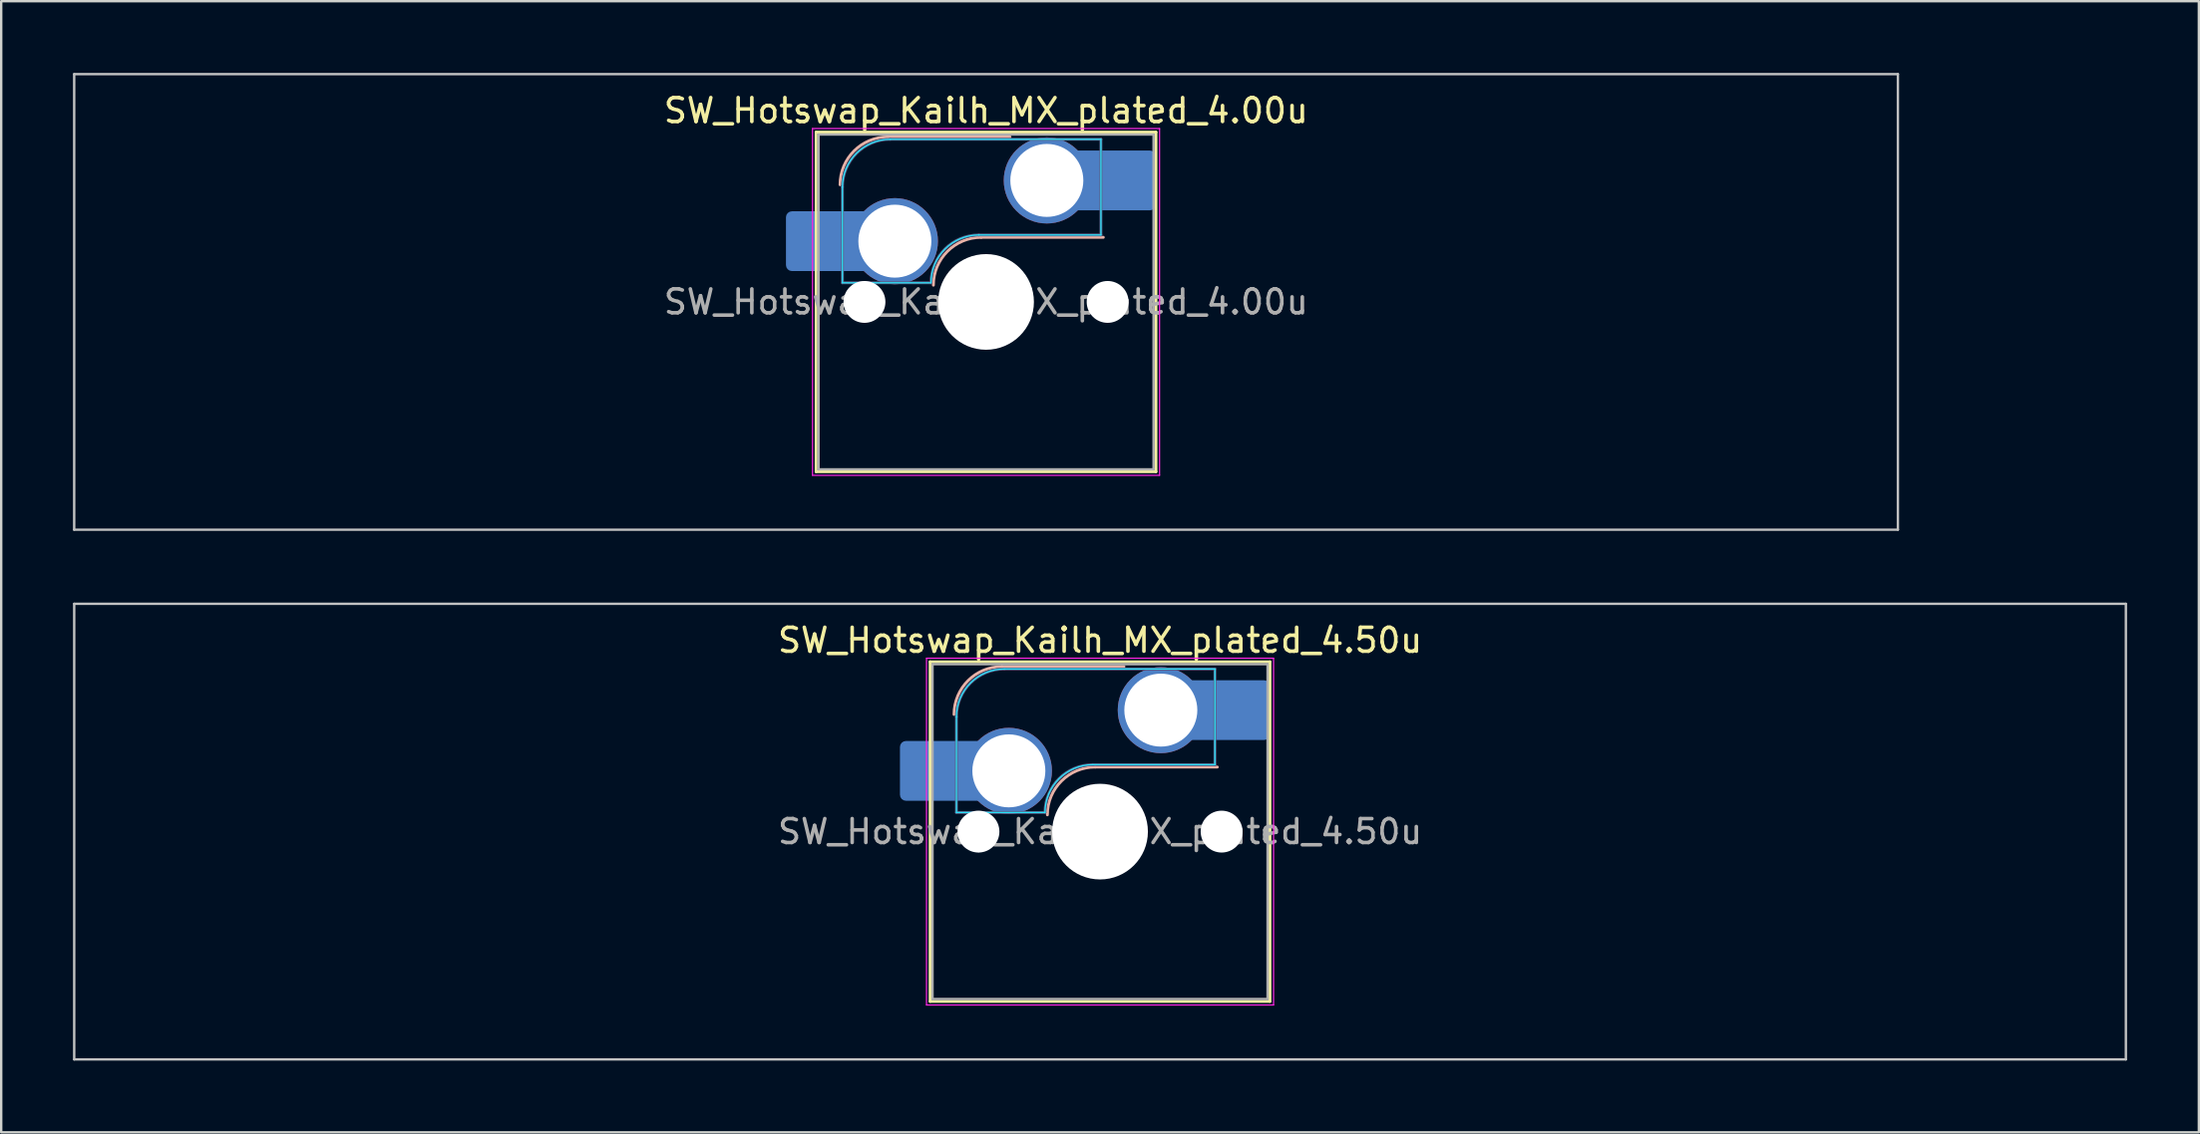
<source format=kicad_pcb>
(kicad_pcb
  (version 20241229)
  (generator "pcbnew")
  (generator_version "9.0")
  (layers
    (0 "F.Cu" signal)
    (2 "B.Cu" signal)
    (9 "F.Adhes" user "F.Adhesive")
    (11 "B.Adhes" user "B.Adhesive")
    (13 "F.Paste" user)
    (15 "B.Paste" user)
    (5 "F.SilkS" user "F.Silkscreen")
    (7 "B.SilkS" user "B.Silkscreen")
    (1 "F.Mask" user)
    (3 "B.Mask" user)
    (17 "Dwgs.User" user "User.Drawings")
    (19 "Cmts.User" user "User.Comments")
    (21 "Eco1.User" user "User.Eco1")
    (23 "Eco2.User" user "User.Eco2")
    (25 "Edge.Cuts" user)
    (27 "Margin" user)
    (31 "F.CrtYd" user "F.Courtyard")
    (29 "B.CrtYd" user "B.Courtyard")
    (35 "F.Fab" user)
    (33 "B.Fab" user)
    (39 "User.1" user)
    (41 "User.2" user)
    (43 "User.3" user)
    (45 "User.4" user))
  (footprint "SW_Hotswap_Kailh_MX_plated_4.50u"
    (layer "F.Cu")
    (at 42.913 31.725)
    (property "Reference" "SW_Hotswap_Kailh_MX_plated_4.50u" (at 0 -8 0) (layer "F.SilkS") (effects (font (size 1 1) (thickness 0.15))))
    (attr smd)
    (fp_line (start -7.1 -7.1) (end -7.1 7.1) (stroke (width 0.12) (type solid)) (layer "F.SilkS"))
    (fp_line (start -7.1 7.1) (end 7.1 7.1) (stroke (width 0.12) (type solid)) (layer "F.SilkS"))
    (fp_line (start 7.1 -7.1) (end -7.1 -7.1) (stroke (width 0.12) (type solid)) (layer "F.SilkS"))
    (fp_line (start 7.1 7.1) (end 7.1 -7.1) (stroke (width 0.12) (type solid)) (layer "F.SilkS"))
    (fp_line (start -4.1 -6.9) (end 1 -6.9) (stroke (width 0.12) (type solid)) (layer "B.SilkS"))
    (fp_line (start -0.2 -2.7) (end 4.9 -2.7) (stroke (width 0.12) (type solid)) (layer "B.SilkS"))
    (fp_arc (start -6.1 -4.9) (mid -5.514214 -6.314214) (end -4.1 -6.9) (stroke (width 0.12) (type solid)) (layer "B.SilkS"))
    (fp_arc (start -2.2 -0.7) (mid -1.614214 -2.114214) (end -0.2 -2.7) (stroke (width 0.12) (type solid)) (layer "B.SilkS"))
    (fp_line (start -42.862 -9.525) (end -42.862 9.525) (stroke (width 0.1) (type solid)) (layer "Dwgs.User"))
    (fp_line (start -42.862 9.525) (end 42.862 9.525) (stroke (width 0.1) (type solid)) (layer "Dwgs.User"))
    (fp_line (start 42.862 -9.525) (end -42.862 -9.525) (stroke (width 0.1) (type solid)) (layer "Dwgs.User"))
    (fp_line (start 42.862 9.525) (end 42.862 -9.525) (stroke (width 0.1) (type solid)) (layer "Dwgs.User"))
    (fp_line (start -7.8 -6) (end -7 -6) (stroke (width 0.1) (type solid)) (layer "Eco1.User"))
    (fp_line (start -7.8 -2.9) (end -7.8 -6) (stroke (width 0.1) (type solid)) (layer "Eco1.User"))
    (fp_line (start -7.8 2.9) (end -7 2.9) (stroke (width 0.1) (type solid)) (layer "Eco1.User"))
    (fp_line (start -7.8 6) (end -7.8 2.9) (stroke (width 0.1) (type solid)) (layer "Eco1.User"))
    (fp_line (start -7 -7) (end 7 -7) (stroke (width 0.1) (type solid)) (layer "Eco1.User"))
    (fp_line (start -7 -6) (end -7 -7) (stroke (width 0.1) (type solid)) (layer "Eco1.User"))
    (fp_line (start -7 -2.9) (end -7.8 -2.9) (stroke (width 0.1) (type solid)) (layer "Eco1.User"))
    (fp_line (start -7 2.9) (end -7 -2.9) (stroke (width 0.1) (type solid)) (layer "Eco1.User"))
    (fp_line (start -7 6) (end -7.8 6) (stroke (width 0.1) (type solid)) (layer "Eco1.User"))
    (fp_line (start -7 7) (end -7 6) (stroke (width 0.1) (type solid)) (layer "Eco1.User"))
    (fp_line (start 7 -7) (end 7 -6) (stroke (width 0.1) (type solid)) (layer "Eco1.User"))
    (fp_line (start 7 -6) (end 7.8 -6) (stroke (width 0.1) (type solid)) (layer "Eco1.User"))
    (fp_line (start 7 -2.9) (end 7 2.9) (stroke (width 0.1) (type solid)) (layer "Eco1.User"))
    (fp_line (start 7 2.9) (end 7.8 2.9) (stroke (width 0.1) (type solid)) (layer "Eco1.User"))
    (fp_line (start 7 6) (end 7 7) (stroke (width 0.1) (type solid)) (layer "Eco1.User"))
    (fp_line (start 7 7) (end -7 7) (stroke (width 0.1) (type solid)) (layer "Eco1.User"))
    (fp_line (start 7.8 -6) (end 7.8 -2.9) (stroke (width 0.1) (type solid)) (layer "Eco1.User"))
    (fp_line (start 7.8 -2.9) (end 7 -2.9) (stroke (width 0.1) (type solid)) (layer "Eco1.User"))
    (fp_line (start 7.8 2.9) (end 7.8 6) (stroke (width 0.1) (type solid)) (layer "Eco1.User"))
    (fp_line (start 7.8 6) (end 7 6) (stroke (width 0.1) (type solid)) (layer "Eco1.User"))
    (fp_line (start -6 -0.8) (end -6 -4.8) (stroke (width 0.05) (type solid)) (layer "B.CrtYd"))
    (fp_line (start -6 -0.8) (end -2.3 -0.8) (stroke (width 0.05) (type solid)) (layer "B.CrtYd"))
    (fp_line (start -4 -6.8) (end 4.8 -6.8) (stroke (width 0.05) (type solid)) (layer "B.CrtYd"))
    (fp_line (start -0.3 -2.8) (end 4.8 -2.8) (stroke (width 0.05) (type solid)) (layer "B.CrtYd"))
    (fp_line (start 4.8 -6.8) (end 4.8 -2.8) (stroke (width 0.05) (type solid)) (layer "B.CrtYd"))
    (fp_arc (start -6 -4.8) (mid -5.414214 -6.214214) (end -4 -6.8) (stroke (width 0.05) (type solid)) (layer "B.CrtYd"))
    (fp_arc (start -2.3 -0.8) (mid -1.714214 -2.214214) (end -0.3 -2.8) (stroke (width 0.05) (type solid)) (layer "B.CrtYd"))
    (fp_line (start -7.25 -7.25) (end -7.25 7.25) (stroke (width 0.05) (type solid)) (layer "F.CrtYd"))
    (fp_line (start -7.25 7.25) (end 7.25 7.25) (stroke (width 0.05) (type solid)) (layer "F.CrtYd"))
    (fp_line (start 7.25 -7.25) (end -7.25 -7.25) (stroke (width 0.05) (type solid)) (layer "F.CrtYd"))
    (fp_line (start 7.25 7.25) (end 7.25 -7.25) (stroke (width 0.05) (type solid)) (layer "F.CrtYd"))
    (fp_line (start -6 -0.8) (end -6 -4.8) (stroke (width 0.12) (type solid)) (layer "B.Fab"))
    (fp_line (start -6 -0.8) (end -2.3 -0.8) (stroke (width 0.12) (type solid)) (layer "B.Fab"))
    (fp_line (start -4 -6.8) (end 4.8 -6.8) (stroke (width 0.12) (type solid)) (layer "B.Fab"))
    (fp_line (start -0.3 -2.8) (end 4.8 -2.8) (stroke (width 0.12) (type solid)) (layer "B.Fab"))
    (fp_line (start 4.8 -6.8) (end 4.8 -2.8) (stroke (width 0.12) (type solid)) (layer "B.Fab"))
    (fp_arc (start -6 -4.8) (mid -5.414214 -6.214214) (end -4 -6.8) (stroke (width 0.12) (type solid)) (layer "B.Fab"))
    (fp_arc (start -2.3 -0.8) (mid -1.714214 -2.214214) (end -0.3 -2.8) (stroke (width 0.12) (type solid)) (layer "B.Fab"))
    (fp_line (start -7 -7) (end -7 7) (stroke (width 0.1) (type solid)) (layer "F.Fab"))
    (fp_line (start -7 7) (end 7 7) (stroke (width 0.1) (type solid)) (layer "F.Fab"))
    (fp_line (start 7 -7) (end -7 -7) (stroke (width 0.1) (type solid)) (layer "F.Fab"))
    (fp_line (start 7 7) (end 7 -7) (stroke (width 0.1) (type solid)) (layer "F.Fab"))
    (fp_text user "${REFERENCE}" (at 0 0 0) (layer "F.Fab") (effects (font (size 1 1) (thickness 0.15))))
    (pad "" smd roundrect (at -7.085 -2.54) (size 2.55 2.5) (layers "B.Mask" "B.Paste") (roundrect_rratio 0.1))
    (pad "" np_thru_hole circle (at -5.08 0) (size 1.75 1.75) (drill 1.75) (layers "*.Cu" "*.Mask"))
    (pad "" smd circle (at -3.81 -2.54) (size 3.1 3.1) (layers "F.Mask"))
    (pad "" np_thru_hole circle (at 0 0) (size 4 4) (drill 4) (layers "*.Cu" "*.Mask"))
    (pad "" smd circle (at 2.54 -5.08) (size 3.1 3.1) (layers "F.Mask"))
    (pad "" np_thru_hole circle (at 5.08 0) (size 1.75 1.75) (drill 1.75) (layers "*.Cu" "*.Mask"))
    (pad "" smd roundrect (at 5.842 -5.08) (size 2.55 2.5) (layers "B.Mask" "B.Paste") (roundrect_rratio 0.1))
    (pad "1" smd roundrect (at -6.585 -2.54) (size 3.55 2.5) (layers "B.Cu") (roundrect_rratio 0.1))
    (pad "1" thru_hole circle (at -3.81 -2.54) (size 3.6 3.6) (drill 3.05) (layers "*.Cu" "B.Mask"))
    (pad "2" thru_hole circle (at 2.54 -5.08) (size 3.6 3.6) (drill 3.05) (layers "*.Cu" "B.Mask"))
    (pad "2" smd roundrect (at 5.32 -5.08) (size 3.55 2.5) (layers "B.Cu") (roundrect_rratio 0.1)))
  (footprint "SW_Hotswap_Kailh_MX_plated_4.00u"
    (layer "F.Cu")
    (at 38.15 9.575)
    (property "Reference" "SW_Hotswap_Kailh_MX_plated_4.00u" (at 0 -8 0) (layer "F.SilkS") (effects (font (size 1 1) (thickness 0.15))))
    (attr smd)
    (fp_line (start -7.1 -7.1) (end -7.1 7.1) (stroke (width 0.12) (type solid)) (layer "F.SilkS"))
    (fp_line (start -7.1 7.1) (end 7.1 7.1) (stroke (width 0.12) (type solid)) (layer "F.SilkS"))
    (fp_line (start 7.1 -7.1) (end -7.1 -7.1) (stroke (width 0.12) (type solid)) (layer "F.SilkS"))
    (fp_line (start 7.1 7.1) (end 7.1 -7.1) (stroke (width 0.12) (type solid)) (layer "F.SilkS"))
    (fp_line (start -4.1 -6.9) (end 1 -6.9) (stroke (width 0.12) (type solid)) (layer "B.SilkS"))
    (fp_line (start -0.2 -2.7) (end 4.9 -2.7) (stroke (width 0.12) (type solid)) (layer "B.SilkS"))
    (fp_arc (start -6.1 -4.9) (mid -5.514214 -6.314214) (end -4.1 -6.9) (stroke (width 0.12) (type solid)) (layer "B.SilkS"))
    (fp_arc (start -2.2 -0.7) (mid -1.614214 -2.114214) (end -0.2 -2.7) (stroke (width 0.12) (type solid)) (layer "B.SilkS"))
    (fp_line (start -38.1 -9.525) (end -38.1 9.525) (stroke (width 0.1) (type solid)) (layer "Dwgs.User"))
    (fp_line (start -38.1 9.525) (end 38.1 9.525) (stroke (width 0.1) (type solid)) (layer "Dwgs.User"))
    (fp_line (start 38.1 -9.525) (end -38.1 -9.525) (stroke (width 0.1) (type solid)) (layer "Dwgs.User"))
    (fp_line (start 38.1 9.525) (end 38.1 -9.525) (stroke (width 0.1) (type solid)) (layer "Dwgs.User"))
    (fp_line (start -7.8 -6) (end -7 -6) (stroke (width 0.1) (type solid)) (layer "Eco1.User"))
    (fp_line (start -7.8 -2.9) (end -7.8 -6) (stroke (width 0.1) (type solid)) (layer "Eco1.User"))
    (fp_line (start -7.8 2.9) (end -7 2.9) (stroke (width 0.1) (type solid)) (layer "Eco1.User"))
    (fp_line (start -7.8 6) (end -7.8 2.9) (stroke (width 0.1) (type solid)) (layer "Eco1.User"))
    (fp_line (start -7 -7) (end 7 -7) (stroke (width 0.1) (type solid)) (layer "Eco1.User"))
    (fp_line (start -7 -6) (end -7 -7) (stroke (width 0.1) (type solid)) (layer "Eco1.User"))
    (fp_line (start -7 -2.9) (end -7.8 -2.9) (stroke (width 0.1) (type solid)) (layer "Eco1.User"))
    (fp_line (start -7 2.9) (end -7 -2.9) (stroke (width 0.1) (type solid)) (layer "Eco1.User"))
    (fp_line (start -7 6) (end -7.8 6) (stroke (width 0.1) (type solid)) (layer "Eco1.User"))
    (fp_line (start -7 7) (end -7 6) (stroke (width 0.1) (type solid)) (layer "Eco1.User"))
    (fp_line (start 7 -7) (end 7 -6) (stroke (width 0.1) (type solid)) (layer "Eco1.User"))
    (fp_line (start 7 -6) (end 7.8 -6) (stroke (width 0.1) (type solid)) (layer "Eco1.User"))
    (fp_line (start 7 -2.9) (end 7 2.9) (stroke (width 0.1) (type solid)) (layer "Eco1.User"))
    (fp_line (start 7 2.9) (end 7.8 2.9) (stroke (width 0.1) (type solid)) (layer "Eco1.User"))
    (fp_line (start 7 6) (end 7 7) (stroke (width 0.1) (type solid)) (layer "Eco1.User"))
    (fp_line (start 7 7) (end -7 7) (stroke (width 0.1) (type solid)) (layer "Eco1.User"))
    (fp_line (start 7.8 -6) (end 7.8 -2.9) (stroke (width 0.1) (type solid)) (layer "Eco1.User"))
    (fp_line (start 7.8 -2.9) (end 7 -2.9) (stroke (width 0.1) (type solid)) (layer "Eco1.User"))
    (fp_line (start 7.8 2.9) (end 7.8 6) (stroke (width 0.1) (type solid)) (layer "Eco1.User"))
    (fp_line (start 7.8 6) (end 7 6) (stroke (width 0.1) (type solid)) (layer "Eco1.User"))
    (fp_line (start -6 -0.8) (end -6 -4.8) (stroke (width 0.05) (type solid)) (layer "B.CrtYd"))
    (fp_line (start -6 -0.8) (end -2.3 -0.8) (stroke (width 0.05) (type solid)) (layer "B.CrtYd"))
    (fp_line (start -4 -6.8) (end 4.8 -6.8) (stroke (width 0.05) (type solid)) (layer "B.CrtYd"))
    (fp_line (start -0.3 -2.8) (end 4.8 -2.8) (stroke (width 0.05) (type solid)) (layer "B.CrtYd"))
    (fp_line (start 4.8 -6.8) (end 4.8 -2.8) (stroke (width 0.05) (type solid)) (layer "B.CrtYd"))
    (fp_arc (start -6 -4.8) (mid -5.414214 -6.214214) (end -4 -6.8) (stroke (width 0.05) (type solid)) (layer "B.CrtYd"))
    (fp_arc (start -2.3 -0.8) (mid -1.714214 -2.214214) (end -0.3 -2.8) (stroke (width 0.05) (type solid)) (layer "B.CrtYd"))
    (fp_line (start -7.25 -7.25) (end -7.25 7.25) (stroke (width 0.05) (type solid)) (layer "F.CrtYd"))
    (fp_line (start -7.25 7.25) (end 7.25 7.25) (stroke (width 0.05) (type solid)) (layer "F.CrtYd"))
    (fp_line (start 7.25 -7.25) (end -7.25 -7.25) (stroke (width 0.05) (type solid)) (layer "F.CrtYd"))
    (fp_line (start 7.25 7.25) (end 7.25 -7.25) (stroke (width 0.05) (type solid)) (layer "F.CrtYd"))
    (fp_line (start -6 -0.8) (end -6 -4.8) (stroke (width 0.12) (type solid)) (layer "B.Fab"))
    (fp_line (start -6 -0.8) (end -2.3 -0.8) (stroke (width 0.12) (type solid)) (layer "B.Fab"))
    (fp_line (start -4 -6.8) (end 4.8 -6.8) (stroke (width 0.12) (type solid)) (layer "B.Fab"))
    (fp_line (start -0.3 -2.8) (end 4.8 -2.8) (stroke (width 0.12) (type solid)) (layer "B.Fab"))
    (fp_line (start 4.8 -6.8) (end 4.8 -2.8) (stroke (width 0.12) (type solid)) (layer "B.Fab"))
    (fp_arc (start -6 -4.8) (mid -5.414214 -6.214214) (end -4 -6.8) (stroke (width 0.12) (type solid)) (layer "B.Fab"))
    (fp_arc (start -2.3 -0.8) (mid -1.714214 -2.214214) (end -0.3 -2.8) (stroke (width 0.12) (type solid)) (layer "B.Fab"))
    (fp_line (start -7 -7) (end -7 7) (stroke (width 0.1) (type solid)) (layer "F.Fab"))
    (fp_line (start -7 7) (end 7 7) (stroke (width 0.1) (type solid)) (layer "F.Fab"))
    (fp_line (start 7 -7) (end -7 -7) (stroke (width 0.1) (type solid)) (layer "F.Fab"))
    (fp_line (start 7 7) (end 7 -7) (stroke (width 0.1) (type solid)) (layer "F.Fab"))
    (fp_text user "${REFERENCE}" (at 0 0 0) (layer "F.Fab") (effects (font (size 1 1) (thickness 0.15))))
    (pad "" smd roundrect (at -7.085 -2.54) (size 2.55 2.5) (layers "B.Mask" "B.Paste") (roundrect_rratio 0.1))
    (pad "" np_thru_hole circle (at -5.08 0) (size 1.75 1.75) (drill 1.75) (layers "*.Cu" "*.Mask"))
    (pad "" smd circle (at -3.81 -2.54) (size 3.1 3.1) (layers "F.Mask"))
    (pad "" np_thru_hole circle (at 0 0) (size 4 4) (drill 4) (layers "*.Cu" "*.Mask"))
    (pad "" smd circle (at 2.54 -5.08) (size 3.1 3.1) (layers "F.Mask"))
    (pad "" np_thru_hole circle (at 5.08 0) (size 1.75 1.75) (drill 1.75) (layers "*.Cu" "*.Mask"))
    (pad "" smd roundrect (at 5.842 -5.08) (size 2.55 2.5) (layers "B.Mask" "B.Paste") (roundrect_rratio 0.1))
    (pad "1" smd roundrect (at -6.585 -2.54) (size 3.55 2.5) (layers "B.Cu") (roundrect_rratio 0.1))
    (pad "1" thru_hole circle (at -3.81 -2.54) (size 3.6 3.6) (drill 3.05) (layers "*.Cu" "B.Mask"))
    (pad "2" thru_hole circle (at 2.54 -5.08) (size 3.6 3.6) (drill 3.05) (layers "*.Cu" "B.Mask"))
    (pad "2" smd roundrect (at 5.32 -5.08) (size 3.55 2.5) (layers "B.Cu") (roundrect_rratio 0.1)))
  (gr_rect
    (start -3 -3)
    (end 88.825 44.3)
    (stroke (width 0.1) (type default))
    (fill no)
    (layer "Edge.Cuts")))
</source>
